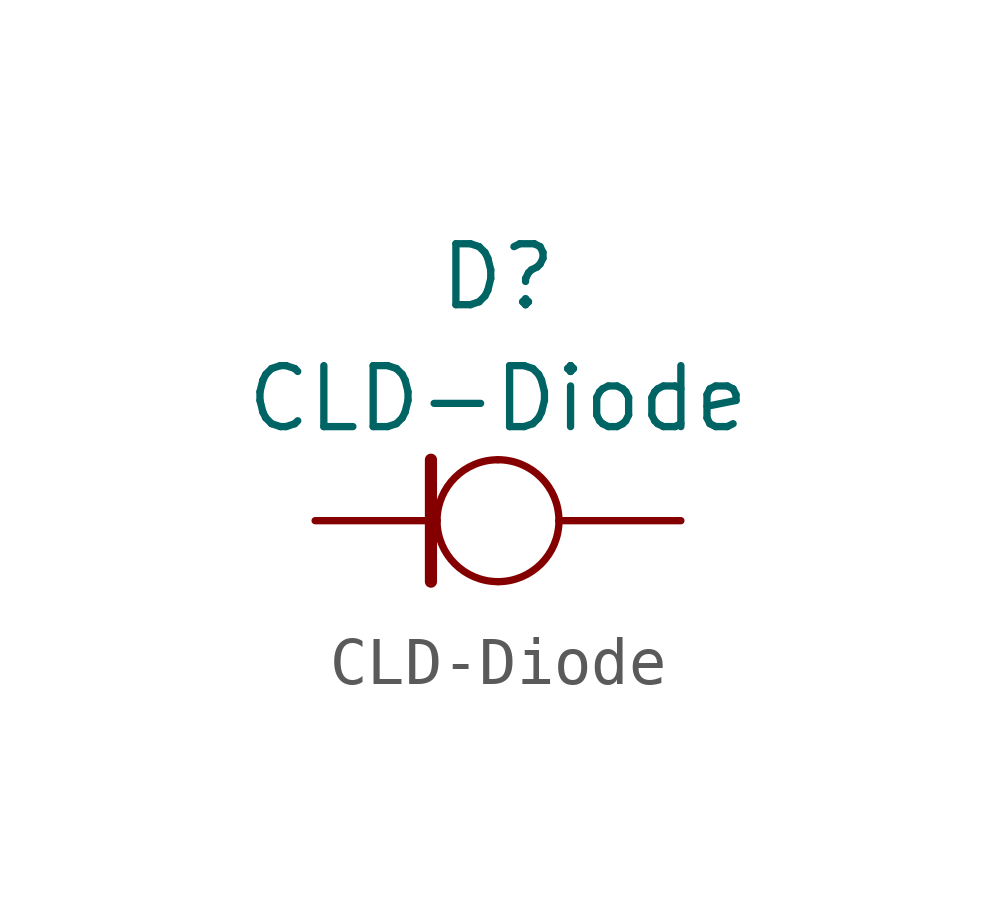
<source format=kicad_sym>
(kicad_symbol_lib
  (version 20220914)
  (generator kicad_symbol_editor)
  (symbol "CLD-Diode"
    (pin_numbers hide)
    (pin_names hide)
    (property "Reference" "D"
      (at 0 5.08 0)
      (effects (font (size 1.27 1.27))))
    (property "Value" "CLD-Diode"
      (at 0 2.54 0)
      (effects (font (size 1.27 1.27))))
    (symbol "CLD-Diode_0_1"
      (arc (start -1.27 0) (mid -0.898 -0.898) (end 0 -1.27) (stroke (width 0) (type default)) (fill (type none)))
      (arc (start 0 -1.27) (mid 0.898 -0.898) (end 1.27 0) (stroke (width 0) (type default)) (fill (type none)))
      (polyline (pts (xy -1.397 -1.27) (xy -1.397 1.27)) (stroke (width 0.254) (type default)) (fill (type none)))
      (arc (start 0 1.27) (mid -0.898 0.898) (end -1.27 0) (stroke (width 0) (type default)) (fill (type none)))
      (arc (start 1.27 0) (mid 0.898 0.898) (end 0 1.27) (stroke (width 0) (type default)) (fill (type none))))
    (symbol "CLD-Diode_1_1"
      (pin passive line (at -3.81 0 0) (length 2.54) (name "K" (effects (font (size 1.27 1.27)))) (number "1" (effects (font (size 1.27 1.27)))))
      (pin passive line (at 3.81 0 180) (length 2.54) (name "A" (effects (font (size 1.27 1.27)))) (number "2" (effects (font (size 1.27 1.27))))))))
</source>
